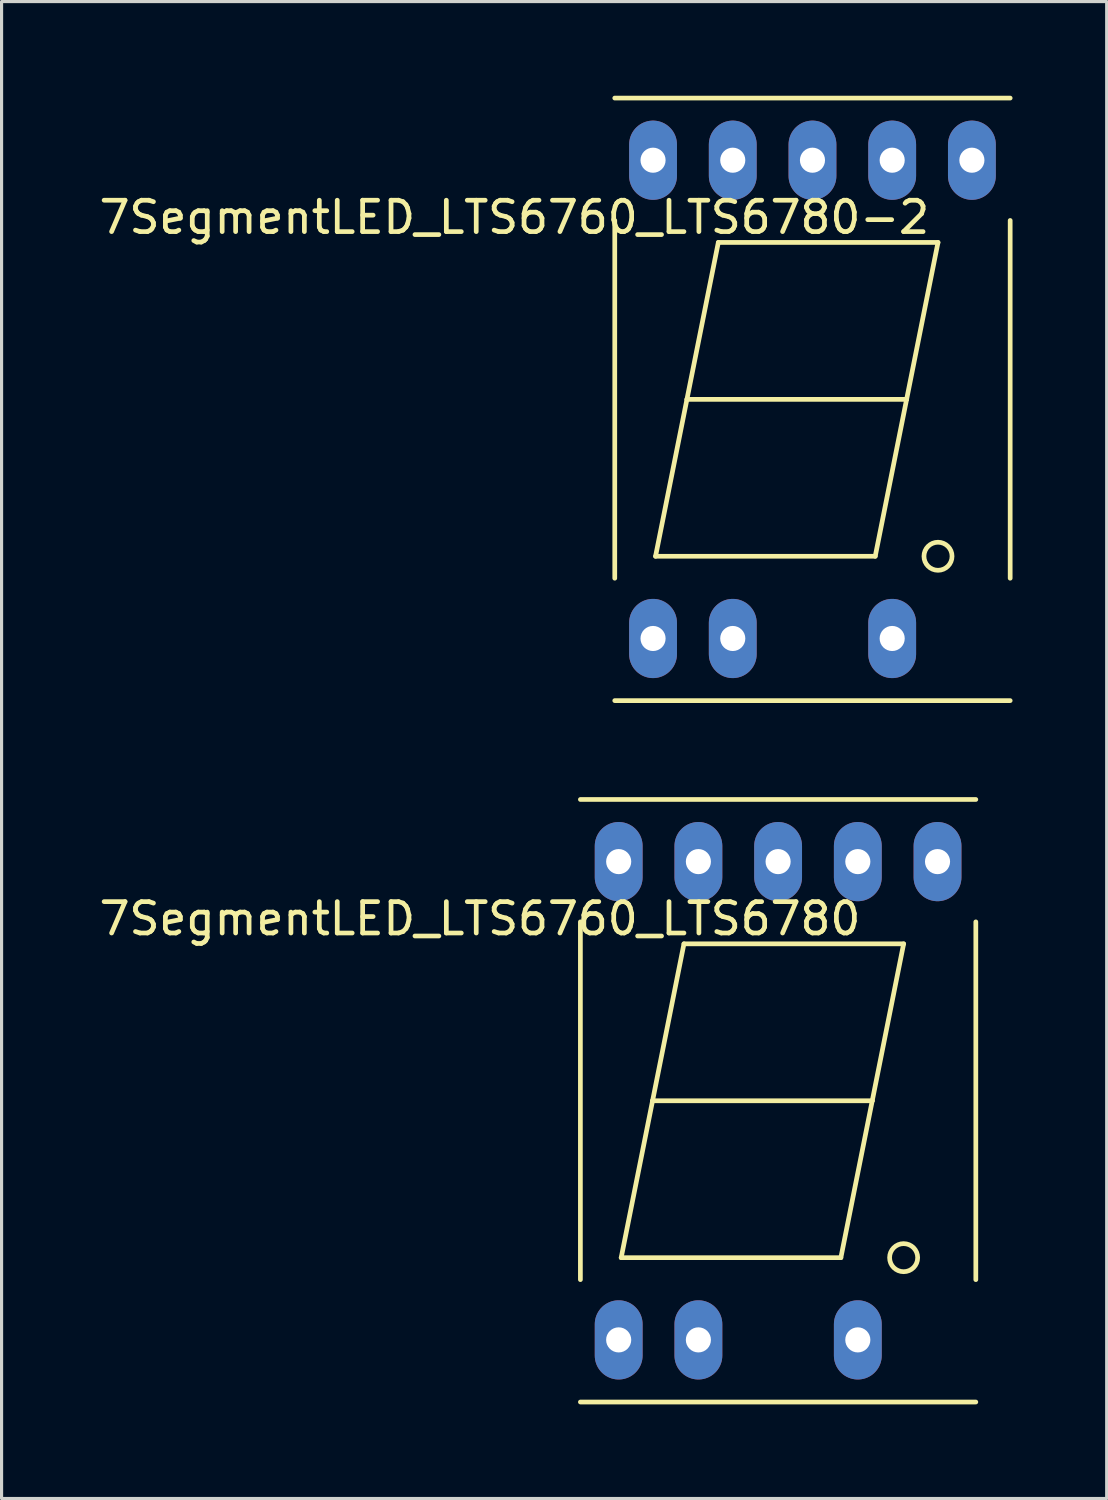
<source format=kicad_pcb>
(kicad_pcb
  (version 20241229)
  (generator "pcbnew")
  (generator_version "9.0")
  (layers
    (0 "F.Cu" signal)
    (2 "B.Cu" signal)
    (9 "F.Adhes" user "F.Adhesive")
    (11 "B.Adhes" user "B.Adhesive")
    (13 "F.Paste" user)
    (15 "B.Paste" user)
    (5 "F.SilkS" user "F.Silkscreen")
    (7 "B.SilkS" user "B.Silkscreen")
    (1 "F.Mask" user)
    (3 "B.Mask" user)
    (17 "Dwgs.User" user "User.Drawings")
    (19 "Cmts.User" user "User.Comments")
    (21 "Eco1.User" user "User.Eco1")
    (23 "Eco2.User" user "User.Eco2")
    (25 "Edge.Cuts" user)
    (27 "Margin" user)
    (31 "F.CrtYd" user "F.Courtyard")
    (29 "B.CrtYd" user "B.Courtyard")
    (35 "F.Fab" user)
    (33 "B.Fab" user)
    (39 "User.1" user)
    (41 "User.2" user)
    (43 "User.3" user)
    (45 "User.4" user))
  (footprint "7SegmentLED_LTS6760_LTS6780-2"
    (layer "F.Cu")
    (at 22.839 9.675)
    (property "Reference" "7SegmentLED_LTS6760_LTS6780-2" (at -9.5 -5.8 0) (layer "F.SilkS") (effects (font (size 1 1) (thickness 0.15))))
    (attr through_hole)
    (fp_line (start -6.3 -9.6) (end 6.3 -9.6) (stroke (width 0.15) (type solid)) (layer "F.SilkS"))
    (fp_line (start -6.3 -5.7) (end -6.3 5.7) (stroke (width 0.15) (type solid)) (layer "F.SilkS"))
    (fp_line (start -5 5) (end 2 5) (stroke (width 0.15) (type solid)) (layer "F.SilkS"))
    (fp_line (start -4 0) (end -5 5) (stroke (width 0.15) (type solid)) (layer "F.SilkS"))
    (fp_line (start -3 -5) (end -4 0) (stroke (width 0.15) (type solid)) (layer "F.SilkS"))
    (fp_line (start -3 -5) (end 4 -5) (stroke (width 0.15) (type solid)) (layer "F.SilkS"))
    (fp_line (start 2 5) (end 3 0) (stroke (width 0.15) (type solid)) (layer "F.SilkS"))
    (fp_line (start 3 0) (end -4 0) (stroke (width 0.15) (type solid)) (layer "F.SilkS"))
    (fp_line (start 4 -5) (end 3 0) (stroke (width 0.15) (type solid)) (layer "F.SilkS"))
    (fp_line (start 6.3 -5.7) (end 6.3 5.7) (stroke (width 0.15) (type solid)) (layer "F.SilkS"))
    (fp_line (start 6.3 9.6) (end -6.3 9.6) (stroke (width 0.15) (type solid)) (layer "F.SilkS"))
    (fp_circle (center 4 5) (end 4.4 5.2) (stroke (width 0.15) (type solid)) (fill no) (layer "F.SilkS"))
    (pad "1" thru_hole oval (at -5.08 7.62) (size 1.524 2.524) (drill 0.8) (layers "*.Cu" "*.Mask"))
    (pad "2" thru_hole oval (at -2.54 7.62) (size 1.524 2.524) (drill 0.8) (layers "*.Cu" "*.Mask"))
    (pad "4" thru_hole oval (at 2.54 7.62) (size 1.524 2.524) (drill 0.8) (layers "*.Cu" "*.Mask"))
    (pad "6" thru_hole oval (at 5.08 -7.62) (size 1.524 2.524) (drill 0.8) (layers "*.Cu" "*.Mask"))
    (pad "7" thru_hole oval (at 2.54 -7.62) (size 1.524 2.524) (drill 0.8) (layers "*.Cu" "*.Mask"))
    (pad "8" thru_hole oval (at 0 -7.62) (size 1.524 2.524) (drill 0.8) (layers "*.Cu" "*.Mask"))
    (pad "9" thru_hole oval (at -2.54 -7.62) (size 1.524 2.524) (drill 0.8) (layers "*.Cu" "*.Mask"))
    (pad "10" thru_hole oval (at -5.08 -7.62) (size 1.524 2.524) (drill 0.8) (layers "*.Cu" "*.Mask")))
  (footprint "7SegmentLED_LTS6760_LTS6780"
    (layer "F.Cu")
    (at 21.744 32.025)
    (property "Reference" "7SegmentLED_LTS6760_LTS6780" (at -9.5 -5.8 0) (layer "F.SilkS") (effects (font (size 1 1) (thickness 0.15))))
    (attr through_hole)
    (fp_line (start -6.3 -9.6) (end 6.3 -9.6) (stroke (width 0.15) (type solid)) (layer "F.SilkS"))
    (fp_line (start -6.3 -5.7) (end -6.3 5.7) (stroke (width 0.15) (type solid)) (layer "F.SilkS"))
    (fp_line (start -5 5) (end 2 5) (stroke (width 0.15) (type solid)) (layer "F.SilkS"))
    (fp_line (start -4 0) (end -5 5) (stroke (width 0.15) (type solid)) (layer "F.SilkS"))
    (fp_line (start -3 -5) (end -4 0) (stroke (width 0.15) (type solid)) (layer "F.SilkS"))
    (fp_line (start -3 -5) (end 4 -5) (stroke (width 0.15) (type solid)) (layer "F.SilkS"))
    (fp_line (start 2 5) (end 3 0) (stroke (width 0.15) (type solid)) (layer "F.SilkS"))
    (fp_line (start 3 0) (end -4 0) (stroke (width 0.15) (type solid)) (layer "F.SilkS"))
    (fp_line (start 4 -5) (end 3 0) (stroke (width 0.15) (type solid)) (layer "F.SilkS"))
    (fp_line (start 6.3 -5.7) (end 6.3 5.7) (stroke (width 0.15) (type solid)) (layer "F.SilkS"))
    (fp_line (start 6.3 9.6) (end -6.3 9.6) (stroke (width 0.15) (type solid)) (layer "F.SilkS"))
    (fp_circle (center 4 5) (end 4.4 5.2) (stroke (width 0.15) (type solid)) (fill no) (layer "F.SilkS"))
    (pad "" smd oval (at 0 7.62) (size 1.524 2.524) (layers "F.Mask" "F.Paste"))
    (pad "" smd oval (at 5.08 7.62) (size 1.524 2.524) (layers "F.Mask" "F.Paste"))
    (pad "1" thru_hole oval (at -5.08 7.62) (size 1.524 2.524) (drill 0.8) (layers "*.Cu"))
    (pad "2" thru_hole oval (at -2.54 7.62) (size 1.524 2.524) (drill 0.8) (layers "*.Cu"))
    (pad "4" thru_hole oval (at 2.54 7.62) (size 1.524 2.524) (drill 0.8) (layers "*.Cu"))
    (pad "6" thru_hole oval (at 5.08 -7.62) (size 1.524 2.524) (drill 0.8) (layers "*.Cu"))
    (pad "7" thru_hole oval (at 2.54 -7.62) (size 1.524 2.524) (drill 0.8) (layers "*.Cu"))
    (pad "8" thru_hole oval (at 0 -7.62) (size 1.524 2.524) (drill 0.8) (layers "*.Cu"))
    (pad "9" thru_hole oval (at -2.54 -7.62) (size 1.524 2.524) (drill 0.8) (layers "*.Cu"))
    (pad "10" thru_hole oval (at -5.08 -7.62) (size 1.524 2.524) (drill 0.8) (layers "*.Cu")))
  (gr_rect
    (start -3 -3)
    (end 32.214 44.7)
    (stroke (width 0.1) (type default))
    (fill no)
    (layer "Edge.Cuts")))
</source>
